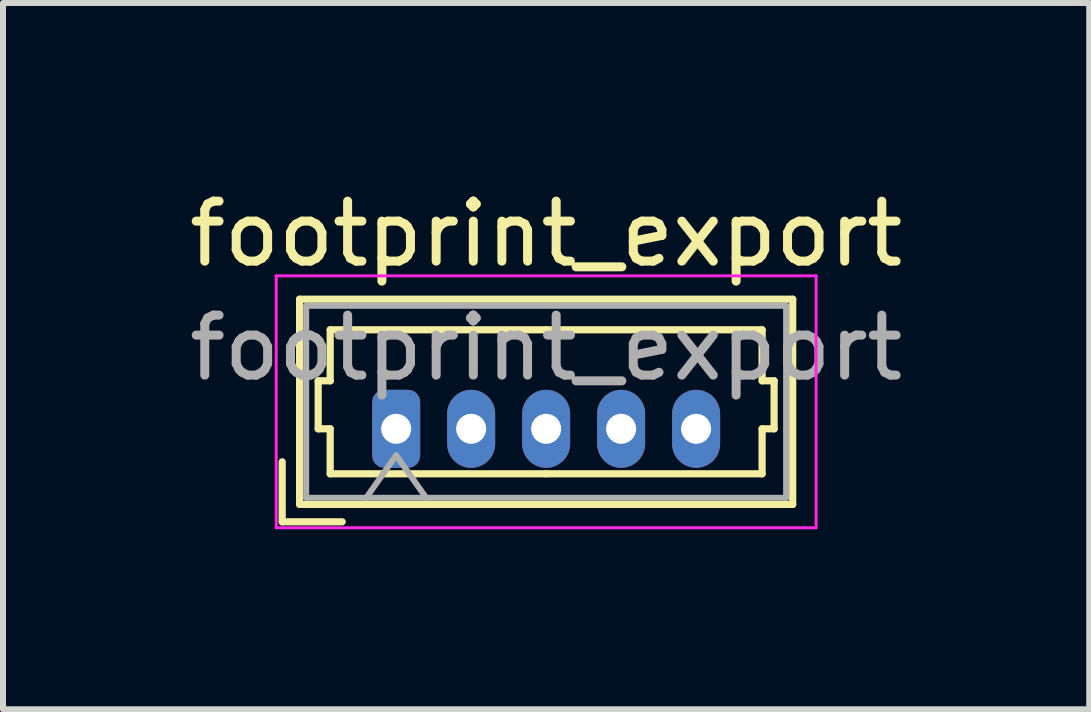
<source format=kicad_pcb>
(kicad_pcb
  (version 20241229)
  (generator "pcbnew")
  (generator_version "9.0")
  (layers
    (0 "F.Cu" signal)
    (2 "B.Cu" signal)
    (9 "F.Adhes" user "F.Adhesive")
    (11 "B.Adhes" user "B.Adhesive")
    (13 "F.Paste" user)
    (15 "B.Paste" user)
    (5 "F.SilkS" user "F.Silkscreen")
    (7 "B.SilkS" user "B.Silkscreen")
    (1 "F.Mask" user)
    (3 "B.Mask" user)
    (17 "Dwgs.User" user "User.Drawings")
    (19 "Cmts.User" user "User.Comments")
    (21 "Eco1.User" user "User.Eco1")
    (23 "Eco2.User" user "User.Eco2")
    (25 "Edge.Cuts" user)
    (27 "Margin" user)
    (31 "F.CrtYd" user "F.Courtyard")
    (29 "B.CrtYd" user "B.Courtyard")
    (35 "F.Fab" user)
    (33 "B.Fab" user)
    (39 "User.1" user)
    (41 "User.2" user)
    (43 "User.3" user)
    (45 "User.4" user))
  (footprint "footprint_export"
    (layer "F.Cu")
    (at 3.554 4.098)
    (property "Reference" "footprint_export" (at 2.5 -3.25 0) (layer "F.SilkS") (effects (font (size 1 1) (thickness 0.15))))
    (attr through_hole)
    (fp_line (start -1.9 1.55) (end -1.9 0.55) (stroke (width 0.12) (type solid)) (layer "F.SilkS"))
    (fp_line (start -1.9 1.55) (end -0.9 1.55) (stroke (width 0.12) (type solid)) (layer "F.SilkS"))
    (fp_line (start -1.61 -2.16) (end -1.61 1.26) (stroke (width 0.12) (type solid)) (layer "F.SilkS"))
    (fp_line (start -1.61 1.26) (end 6.61 1.26) (stroke (width 0.12) (type solid)) (layer "F.SilkS"))
    (fp_line (start -1.3 -0.8) (end -1.1 -0.8) (stroke (width 0.12) (type solid)) (layer "F.SilkS"))
    (fp_line (start -1.3 0) (end -1.3 -0.8) (stroke (width 0.12) (type solid)) (layer "F.SilkS"))
    (fp_line (start -1.1 -1.65) (end 2.5 -1.65) (stroke (width 0.12) (type solid)) (layer "F.SilkS"))
    (fp_line (start -1.1 -0.8) (end -1.1 -1.65) (stroke (width 0.12) (type solid)) (layer "F.SilkS"))
    (fp_line (start -1.1 0) (end -1.3 0) (stroke (width 0.12) (type solid)) (layer "F.SilkS"))
    (fp_line (start -1.1 0.75) (end -1.1 0) (stroke (width 0.12) (type solid)) (layer "F.SilkS"))
    (fp_line (start 2.5 0.75) (end -1.1 0.75) (stroke (width 0.12) (type solid)) (layer "F.SilkS"))
    (fp_line (start 2.5 0.75) (end 6.1 0.75) (stroke (width 0.12) (type solid)) (layer "F.SilkS"))
    (fp_line (start 6.1 -1.65) (end 2.5 -1.65) (stroke (width 0.12) (type solid)) (layer "F.SilkS"))
    (fp_line (start 6.1 -0.8) (end 6.1 -1.65) (stroke (width 0.12) (type solid)) (layer "F.SilkS"))
    (fp_line (start 6.1 0) (end 6.3 0) (stroke (width 0.12) (type solid)) (layer "F.SilkS"))
    (fp_line (start 6.1 0.75) (end 6.1 0) (stroke (width 0.12) (type solid)) (layer "F.SilkS"))
    (fp_line (start 6.3 -0.8) (end 6.1 -0.8) (stroke (width 0.12) (type solid)) (layer "F.SilkS"))
    (fp_line (start 6.3 0) (end 6.3 -0.8) (stroke (width 0.12) (type solid)) (layer "F.SilkS"))
    (fp_line (start 6.61 -2.16) (end -1.61 -2.16) (stroke (width 0.12) (type solid)) (layer "F.SilkS"))
    (fp_line (start 6.61 1.26) (end 6.61 -2.16) (stroke (width 0.12) (type solid)) (layer "F.SilkS"))
    (fp_line (start -2 -2.55) (end -2 1.65) (stroke (width 0.05) (type solid)) (layer "F.CrtYd"))
    (fp_line (start -2 1.65) (end 7 1.65) (stroke (width 0.05) (type solid)) (layer "F.CrtYd"))
    (fp_line (start 7 -2.55) (end -2 -2.55) (stroke (width 0.05) (type solid)) (layer "F.CrtYd"))
    (fp_line (start 7 1.65) (end 7 -2.55) (stroke (width 0.05) (type solid)) (layer "F.CrtYd"))
    (fp_line (start -1.5 -2.05) (end -1.5 1.15) (stroke (width 0.1) (type solid)) (layer "F.Fab"))
    (fp_line (start -1.5 1.15) (end 6.5 1.15) (stroke (width 0.1) (type solid)) (layer "F.Fab"))
    (fp_line (start -0.5 1.15) (end 0 0.443) (stroke (width 0.1) (type solid)) (layer "F.Fab"))
    (fp_line (start 0 0.443) (end 0.5 1.15) (stroke (width 0.1) (type solid)) (layer "F.Fab"))
    (fp_line (start 6.5 -2.05) (end -1.5 -2.05) (stroke (width 0.1) (type solid)) (layer "F.Fab"))
    (fp_line (start 6.5 1.15) (end 6.5 -2.05) (stroke (width 0.1) (type solid)) (layer "F.Fab"))
    (fp_text user "${REFERENCE}" (at 2.5 -1.35 0) (layer "F.Fab") (effects (font (size 1 1) (thickness 0.15))))
    (pad "1" thru_hole roundrect (at 0 0) (size 0.8 1.3) (drill 0.5) (layers "*.Cu" "*.Mask") (roundrect_rratio 0.25))
    (pad "2" thru_hole oval (at 1.25 0) (size 0.8 1.3) (drill 0.5) (layers "*.Cu" "*.Mask"))
    (pad "3" thru_hole oval (at 2.5 0) (size 0.8 1.3) (drill 0.5) (layers "*.Cu" "*.Mask"))
    (pad "4" thru_hole oval (at 3.75 0) (size 0.8 1.3) (drill 0.5) (layers "*.Cu" "*.Mask"))
    (pad "5" thru_hole oval (at 5 0) (size 0.8 1.3) (drill 0.5) (layers "*.Cu" "*.Mask")))
  (gr_rect
    (start -3 -3)
    (end 15.107 8.773)
    (stroke (width 0.1) (type default))
    (fill no)
    (layer "Edge.Cuts")))
</source>
